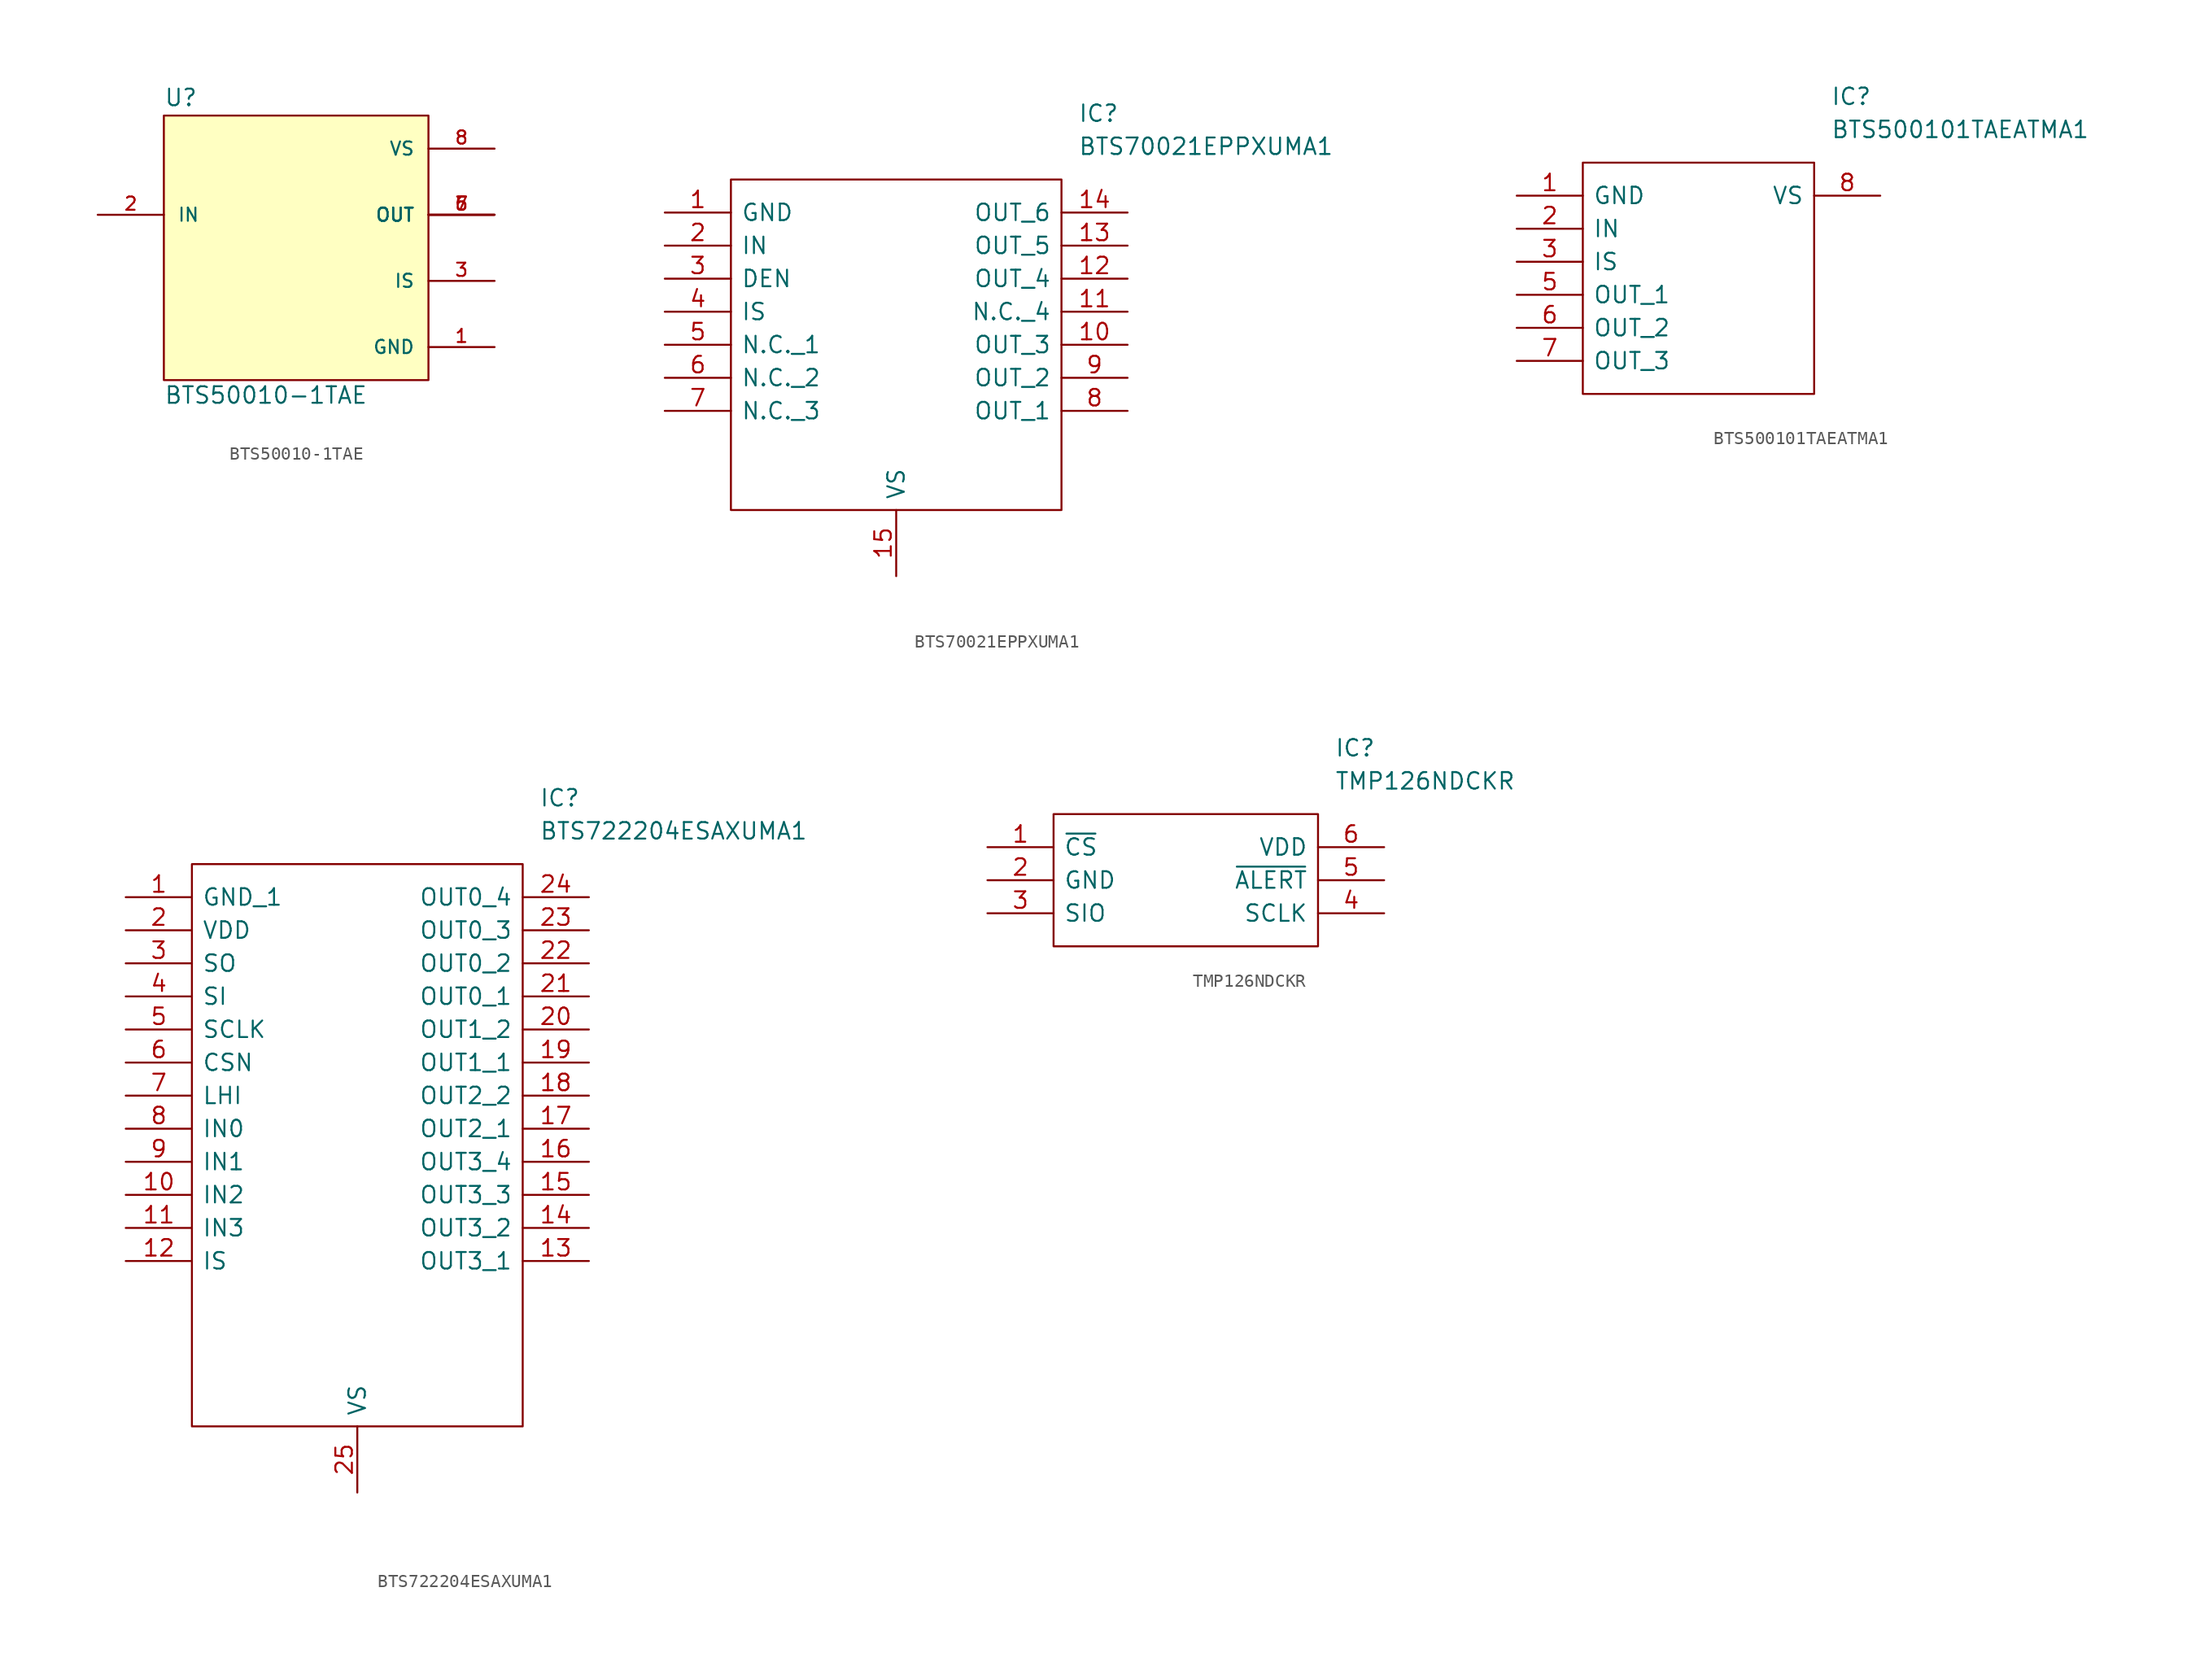
<source format=kicad_sym>
(kicad_symbol_lib
  (version 20211014)
  (generator kicad_symbol_editor)
  (symbol "BTS50010-1TAE"
    (pin_names
      (offset 1.016))
    (property "Reference" "U"
      (at -10.16 10.795 0)
      (effects (font (size 1.27 1.27)) (justify left bottom)))
    (property "Value" "BTS50010-1TAE"
      (at -10.16 -12.065 0)
      (effects (font (size 1.27 1.27)) (justify left bottom)))
    (property "ki_locked" ""
      (at 0 0 0)
      (effects (font (size 1.27 1.27))))
    (symbol "BTS50010-1TAE_0_0"
      (rectangle (start -10.16 -10.16) (end 10.16 10.16) (stroke (width 0.152) (type default) (color 0 0 0 0)) (fill (type background)))
      (pin power_in line (at 15.24 -7.62 180) (length 5.08) (name "GND" (effects (font (size 1.016 1.016)))) (number "1" (effects (font (size 1.016 1.016)))))
      (pin input line (at -15.24 2.54 0) (length 5.08) (name "IN" (effects (font (size 1.016 1.016)))) (number "2" (effects (font (size 1.016 1.016)))))
      (pin output line (at 15.24 -2.54 180) (length 5.08) (name "IS" (effects (font (size 1.016 1.016)))) (number "3" (effects (font (size 1.016 1.016)))))
      (pin output line (at 15.24 2.54 180) (length 5.08) (name "OUT" (effects (font (size 1.016 1.016)))) (number "5" (effects (font (size 1.016 1.016)))))
      (pin output line (at 15.24 2.54 180) (length 5.08) (name "OUT" (effects (font (size 1.016 1.016)))) (number "6" (effects (font (size 1.016 1.016)))))
      (pin output line (at 15.24 2.54 180) (length 5.08) (name "OUT" (effects (font (size 1.016 1.016)))) (number "7" (effects (font (size 1.016 1.016)))))
      (pin power_in line (at 15.24 7.62 180) (length 5.08) (name "VS" (effects (font (size 1.016 1.016)))) (number "8" (effects (font (size 1.016 1.016)))))))
  (symbol "BTS70021EPPXUMA1"
    (pin_names
      (offset 0.762))
    (property "Reference" "IC"
      (at 31.75 7.62 0)
      (effects (font (size 1.27 1.27)) (justify left)))
    (property "Value" "BTS70021EPPXUMA1"
      (at 31.75 5.08 0)
      (effects (font (size 1.27 1.27)) (justify left)))
    (symbol "BTS70021EPPXUMA1_0_0"
      (pin passive line (at 0 0 0) (length 5.08) (name "GND" (effects (font (size 1.27 1.27)))) (number "1" (effects (font (size 1.27 1.27)))))
      (pin passive line (at 35.56 -10.16 180) (length 5.08) (name "OUT_3" (effects (font (size 1.27 1.27)))) (number "10" (effects (font (size 1.27 1.27)))))
      (pin passive line (at 35.56 -7.62 180) (length 5.08) (name "N.C._4" (effects (font (size 1.27 1.27)))) (number "11" (effects (font (size 1.27 1.27)))))
      (pin passive line (at 35.56 -5.08 180) (length 5.08) (name "OUT_4" (effects (font (size 1.27 1.27)))) (number "12" (effects (font (size 1.27 1.27)))))
      (pin passive line (at 35.56 -2.54 180) (length 5.08) (name "OUT_5" (effects (font (size 1.27 1.27)))) (number "13" (effects (font (size 1.27 1.27)))))
      (pin passive line (at 35.56 0 180) (length 5.08) (name "OUT_6" (effects (font (size 1.27 1.27)))) (number "14" (effects (font (size 1.27 1.27)))))
      (pin passive line (at 17.78 -27.94 90) (length 5.08) (name "VS" (effects (font (size 1.27 1.27)))) (number "15" (effects (font (size 1.27 1.27)))))
      (pin passive line (at 0 -2.54 0) (length 5.08) (name "IN" (effects (font (size 1.27 1.27)))) (number "2" (effects (font (size 1.27 1.27)))))
      (pin passive line (at 0 -5.08 0) (length 5.08) (name "DEN" (effects (font (size 1.27 1.27)))) (number "3" (effects (font (size 1.27 1.27)))))
      (pin passive line (at 0 -7.62 0) (length 5.08) (name "IS" (effects (font (size 1.27 1.27)))) (number "4" (effects (font (size 1.27 1.27)))))
      (pin passive line (at 0 -10.16 0) (length 5.08) (name "N.C._1" (effects (font (size 1.27 1.27)))) (number "5" (effects (font (size 1.27 1.27)))))
      (pin passive line (at 0 -12.7 0) (length 5.08) (name "N.C._2" (effects (font (size 1.27 1.27)))) (number "6" (effects (font (size 1.27 1.27)))))
      (pin passive line (at 0 -15.24 0) (length 5.08) (name "N.C._3" (effects (font (size 1.27 1.27)))) (number "7" (effects (font (size 1.27 1.27)))))
      (pin passive line (at 35.56 -15.24 180) (length 5.08) (name "OUT_1" (effects (font (size 1.27 1.27)))) (number "8" (effects (font (size 1.27 1.27)))))
      (pin passive line (at 35.56 -12.7 180) (length 5.08) (name "OUT_2" (effects (font (size 1.27 1.27)))) (number "9" (effects (font (size 1.27 1.27))))))
    (symbol "BTS70021EPPXUMA1_0_1"
      (polyline (pts (xy 5.08 2.54) (xy 30.48 2.54) (xy 30.48 -22.86) (xy 5.08 -22.86) (xy 5.08 2.54)) (stroke (width 0.152) (type default) (color 0 0 0 0)) (fill (type none)))))
  (symbol "BTS500101TAEATMA1"
    (pin_names
      (offset 0.762))
    (property "Reference" "IC"
      (at 24.13 7.62 0)
      (effects (font (size 1.27 1.27)) (justify left)))
    (property "Value" "BTS500101TAEATMA1"
      (at 24.13 5.08 0)
      (effects (font (size 1.27 1.27)) (justify left)))
    (symbol "BTS500101TAEATMA1_0_0"
      (pin passive line (at 0 0 0) (length 5.08) (name "GND" (effects (font (size 1.27 1.27)))) (number "1" (effects (font (size 1.27 1.27)))))
      (pin passive line (at 0 -2.54 0) (length 5.08) (name "IN" (effects (font (size 1.27 1.27)))) (number "2" (effects (font (size 1.27 1.27)))))
      (pin passive line (at 0 -5.08 0) (length 5.08) (name "IS" (effects (font (size 1.27 1.27)))) (number "3" (effects (font (size 1.27 1.27)))))
      (pin passive line (at 0 -7.62 0) (length 5.08) (name "OUT_1" (effects (font (size 1.27 1.27)))) (number "5" (effects (font (size 1.27 1.27)))))
      (pin passive line (at 0 -10.16 0) (length 5.08) (name "OUT_2" (effects (font (size 1.27 1.27)))) (number "6" (effects (font (size 1.27 1.27)))))
      (pin passive line (at 0 -12.7 0) (length 5.08) (name "OUT_3" (effects (font (size 1.27 1.27)))) (number "7" (effects (font (size 1.27 1.27)))))
      (pin passive line (at 27.94 0 180) (length 5.08) (name "VS" (effects (font (size 1.27 1.27)))) (number "8" (effects (font (size 1.27 1.27))))))
    (symbol "BTS500101TAEATMA1_0_1"
      (polyline (pts (xy 5.08 2.54) (xy 22.86 2.54) (xy 22.86 -15.24) (xy 5.08 -15.24) (xy 5.08 2.54)) (stroke (width 0.152) (type default) (color 0 0 0 0)) (fill (type none)))))
  (symbol "BTS722204ESAXUMA1"
    (pin_names
      (offset 0.762))
    (property "Reference" "IC"
      (at 31.75 7.62 0)
      (effects (font (size 1.27 1.27)) (justify left)))
    (property "Value" "BTS722204ESAXUMA1"
      (at 31.75 5.08 0)
      (effects (font (size 1.27 1.27)) (justify left)))
    (symbol "BTS722204ESAXUMA1_0_0"
      (pin passive line (at 0 0 0) (length 5.08) (name "GND_1" (effects (font (size 1.27 1.27)))) (number "1" (effects (font (size 1.27 1.27)))))
      (pin passive line (at 0 -22.86 0) (length 5.08) (name "IN2" (effects (font (size 1.27 1.27)))) (number "10" (effects (font (size 1.27 1.27)))))
      (pin passive line (at 0 -25.4 0) (length 5.08) (name "IN3" (effects (font (size 1.27 1.27)))) (number "11" (effects (font (size 1.27 1.27)))))
      (pin passive line (at 0 -27.94 0) (length 5.08) (name "IS" (effects (font (size 1.27 1.27)))) (number "12" (effects (font (size 1.27 1.27)))))
      (pin passive line (at 35.56 -27.94 180) (length 5.08) (name "OUT3_1" (effects (font (size 1.27 1.27)))) (number "13" (effects (font (size 1.27 1.27)))))
      (pin passive line (at 35.56 -25.4 180) (length 5.08) (name "OUT3_2" (effects (font (size 1.27 1.27)))) (number "14" (effects (font (size 1.27 1.27)))))
      (pin passive line (at 35.56 -22.86 180) (length 5.08) (name "OUT3_3" (effects (font (size 1.27 1.27)))) (number "15" (effects (font (size 1.27 1.27)))))
      (pin passive line (at 35.56 -20.32 180) (length 5.08) (name "OUT3_4" (effects (font (size 1.27 1.27)))) (number "16" (effects (font (size 1.27 1.27)))))
      (pin passive line (at 35.56 -17.78 180) (length 5.08) (name "OUT2_1" (effects (font (size 1.27 1.27)))) (number "17" (effects (font (size 1.27 1.27)))))
      (pin passive line (at 35.56 -15.24 180) (length 5.08) (name "OUT2_2" (effects (font (size 1.27 1.27)))) (number "18" (effects (font (size 1.27 1.27)))))
      (pin passive line (at 35.56 -12.7 180) (length 5.08) (name "OUT1_1" (effects (font (size 1.27 1.27)))) (number "19" (effects (font (size 1.27 1.27)))))
      (pin passive line (at 0 -2.54 0) (length 5.08) (name "VDD" (effects (font (size 1.27 1.27)))) (number "2" (effects (font (size 1.27 1.27)))))
      (pin passive line (at 35.56 -10.16 180) (length 5.08) (name "OUT1_2" (effects (font (size 1.27 1.27)))) (number "20" (effects (font (size 1.27 1.27)))))
      (pin passive line (at 35.56 -7.62 180) (length 5.08) (name "OUT0_1" (effects (font (size 1.27 1.27)))) (number "21" (effects (font (size 1.27 1.27)))))
      (pin passive line (at 35.56 -5.08 180) (length 5.08) (name "OUT0_2" (effects (font (size 1.27 1.27)))) (number "22" (effects (font (size 1.27 1.27)))))
      (pin passive line (at 35.56 -2.54 180) (length 5.08) (name "OUT0_3" (effects (font (size 1.27 1.27)))) (number "23" (effects (font (size 1.27 1.27)))))
      (pin passive line (at 35.56 0 180) (length 5.08) (name "OUT0_4" (effects (font (size 1.27 1.27)))) (number "24" (effects (font (size 1.27 1.27)))))
      (pin passive line (at 17.78 -45.72 90) (length 5.08) (name "VS" (effects (font (size 1.27 1.27)))) (number "25" (effects (font (size 1.27 1.27)))))
      (pin passive line (at 0 -5.08 0) (length 5.08) (name "SO" (effects (font (size 1.27 1.27)))) (number "3" (effects (font (size 1.27 1.27)))))
      (pin passive line (at 0 -7.62 0) (length 5.08) (name "SI" (effects (font (size 1.27 1.27)))) (number "4" (effects (font (size 1.27 1.27)))))
      (pin passive line (at 0 -10.16 0) (length 5.08) (name "SCLK" (effects (font (size 1.27 1.27)))) (number "5" (effects (font (size 1.27 1.27)))))
      (pin passive line (at 0 -12.7 0) (length 5.08) (name "CSN" (effects (font (size 1.27 1.27)))) (number "6" (effects (font (size 1.27 1.27)))))
      (pin passive line (at 0 -15.24 0) (length 5.08) (name "LHI" (effects (font (size 1.27 1.27)))) (number "7" (effects (font (size 1.27 1.27)))))
      (pin passive line (at 0 -17.78 0) (length 5.08) (name "IN0" (effects (font (size 1.27 1.27)))) (number "8" (effects (font (size 1.27 1.27)))))
      (pin passive line (at 0 -20.32 0) (length 5.08) (name "IN1" (effects (font (size 1.27 1.27)))) (number "9" (effects (font (size 1.27 1.27))))))
    (symbol "BTS722204ESAXUMA1_0_1"
      (polyline (pts (xy 5.08 2.54) (xy 30.48 2.54) (xy 30.48 -40.64) (xy 5.08 -40.64) (xy 5.08 2.54)) (stroke (width 0.152) (type default) (color 0 0 0 0)) (fill (type none)))))
  (symbol "TMP126NDCKR"
    (pin_names
      (offset 0.762))
    (property "Reference" "IC"
      (at 26.67 7.62 0)
      (effects (font (size 1.27 1.27)) (justify left)))
    (property "Value" "TMP126NDCKR"
      (at 26.67 5.08 0)
      (effects (font (size 1.27 1.27)) (justify left)))
    (symbol "TMP126NDCKR_0_0"
      (pin passive line (at 0 0 0) (length 5.08) (name "~{CS}" (effects (font (size 1.27 1.27)))) (number "1" (effects (font (size 1.27 1.27)))))
      (pin passive line (at 0 -2.54 0) (length 5.08) (name "GND" (effects (font (size 1.27 1.27)))) (number "2" (effects (font (size 1.27 1.27)))))
      (pin passive line (at 0 -5.08 0) (length 5.08) (name "SIO" (effects (font (size 1.27 1.27)))) (number "3" (effects (font (size 1.27 1.27)))))
      (pin passive line (at 30.48 -5.08 180) (length 5.08) (name "SCLK" (effects (font (size 1.27 1.27)))) (number "4" (effects (font (size 1.27 1.27)))))
      (pin passive line (at 30.48 -2.54 180) (length 5.08) (name "~{ALERT}" (effects (font (size 1.27 1.27)))) (number "5" (effects (font (size 1.27 1.27)))))
      (pin passive line (at 30.48 0 180) (length 5.08) (name "VDD" (effects (font (size 1.27 1.27)))) (number "6" (effects (font (size 1.27 1.27))))))
    (symbol "TMP126NDCKR_0_1"
      (polyline (pts (xy 5.08 2.54) (xy 25.4 2.54) (xy 25.4 -7.62) (xy 5.08 -7.62) (xy 5.08 2.54)) (stroke (width 0.152) (type default) (color 0 0 0 0)) (fill (type none))))))
</source>
